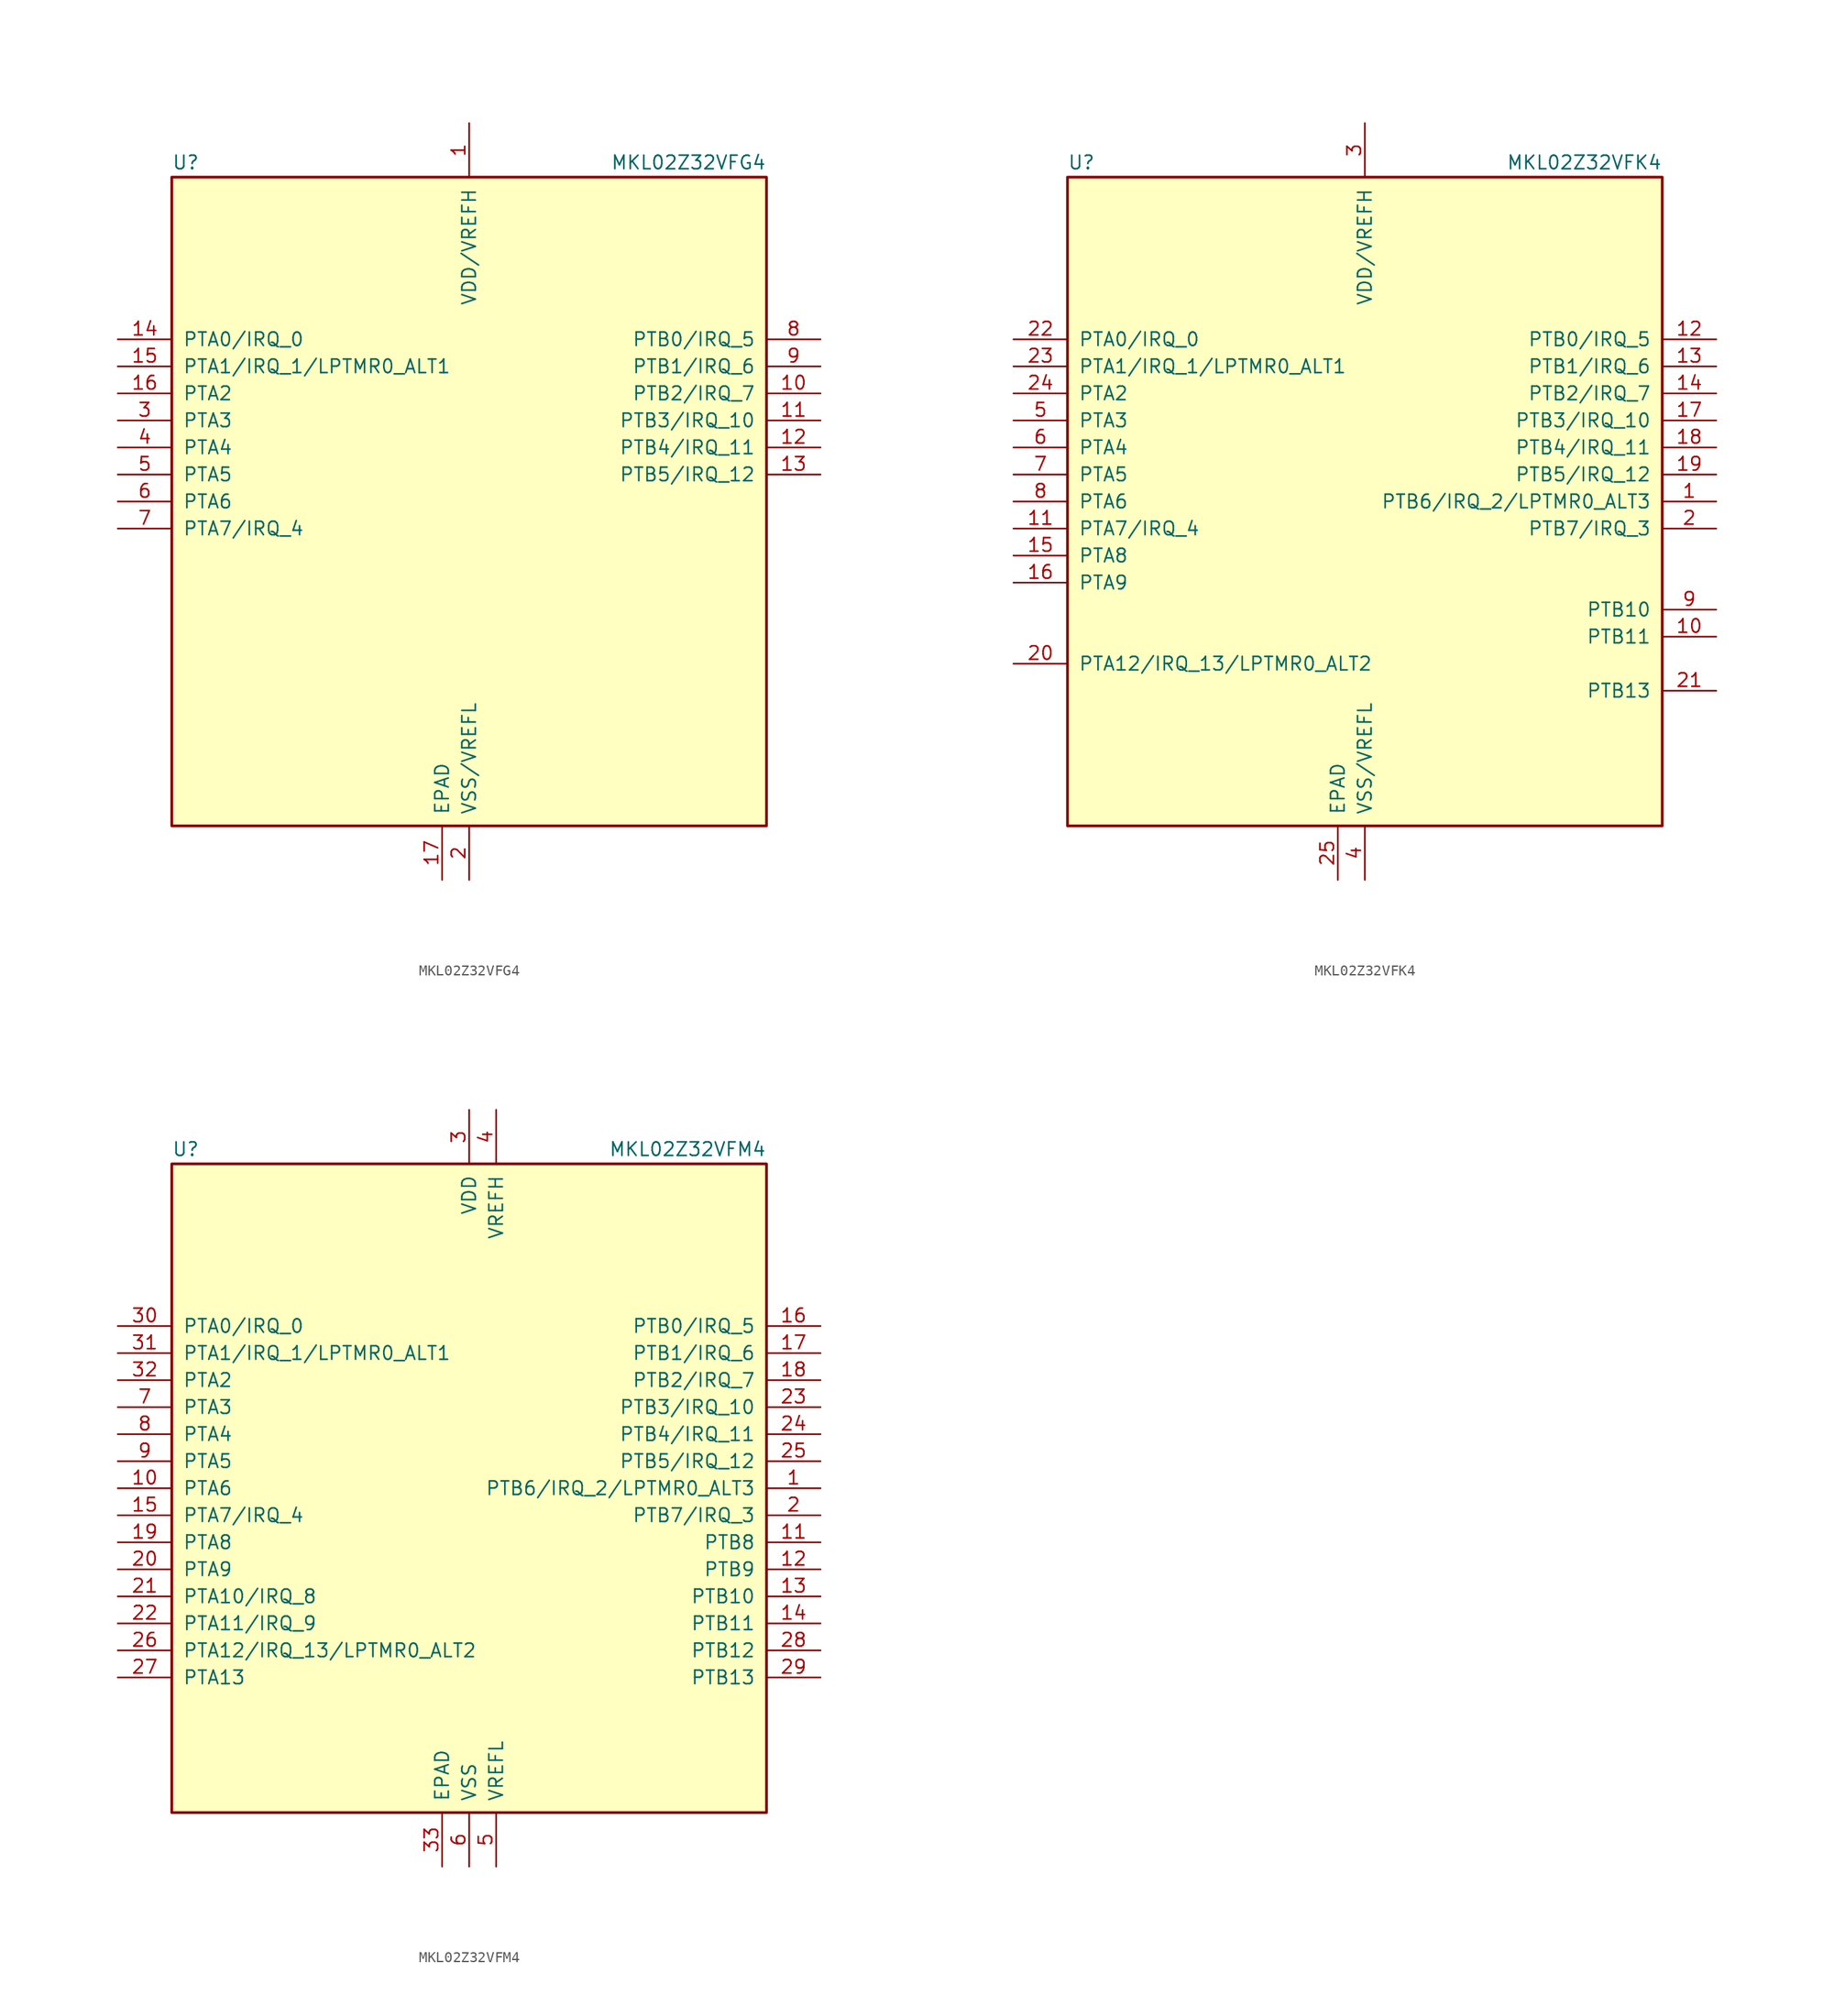
<source format=kicad_sym>
(kicad_symbol_lib
  (version 20211014)
  (generator kicad_symbol_editor)
  (symbol "MKL02Z32VFG4"
    (pin_names
      (offset 1.016))
    (property "Reference" "U"
      (at -27.94 31.115 0)
      (effects (font (size 1.27 1.27)) (justify left bottom)))
    (property "Value" "MKL02Z32VFG4"
      (at 27.94 31.115 0)
      (effects (font (size 1.27 1.27)) (justify right bottom)))
    (symbol "MKL02Z32VFG4_0_1"
      (rectangle (start -27.94 30.48) (end 27.94 -30.48) (stroke (width 0.254) (type default) (color 0 0 0 0)) (fill (type background))))
    (symbol "MKL02Z32VFG4_1_1"
      (pin power_in line (at 0 35.56 270) (length 5.08) (name "VDD/VREFH" (effects (font (size 1.27 1.27)))) (number "1" (effects (font (size 1.27 1.27)))))
      (pin bidirectional line (at 33.02 10.16 180) (length 5.08) (name "PTB2/IRQ_7" (effects (font (size 1.27 1.27)))) (number "10" (effects (font (size 1.27 1.27)))))
      (pin bidirectional line (at 33.02 7.62 180) (length 5.08) (name "PTB3/IRQ_10" (effects (font (size 1.27 1.27)))) (number "11" (effects (font (size 1.27 1.27)))))
      (pin bidirectional line (at 33.02 5.08 180) (length 5.08) (name "PTB4/IRQ_11" (effects (font (size 1.27 1.27)))) (number "12" (effects (font (size 1.27 1.27)))))
      (pin bidirectional line (at 33.02 2.54 180) (length 5.08) (name "PTB5/IRQ_12" (effects (font (size 1.27 1.27)))) (number "13" (effects (font (size 1.27 1.27)))))
      (pin bidirectional line (at -33.02 15.24 0) (length 5.08) (name "PTA0/IRQ_0" (effects (font (size 1.27 1.27)))) (number "14" (effects (font (size 1.27 1.27)))))
      (pin bidirectional line (at -33.02 12.7 0) (length 5.08) (name "PTA1/IRQ_1/LPTMR0_ALT1" (effects (font (size 1.27 1.27)))) (number "15" (effects (font (size 1.27 1.27)))))
      (pin bidirectional line (at -33.02 10.16 0) (length 5.08) (name "PTA2" (effects (font (size 1.27 1.27)))) (number "16" (effects (font (size 1.27 1.27)))))
      (pin power_in line (at -2.54 -35.56 90) (length 5.08) (name "EPAD" (effects (font (size 1.27 1.27)))) (number "17" (effects (font (size 1.27 1.27)))))
      (pin power_in line (at 0 -35.56 90) (length 5.08) (name "VSS/VREFL" (effects (font (size 1.27 1.27)))) (number "2" (effects (font (size 1.27 1.27)))))
      (pin bidirectional line (at -33.02 7.62 0) (length 5.08) (name "PTA3" (effects (font (size 1.27 1.27)))) (number "3" (effects (font (size 1.27 1.27)))))
      (pin bidirectional line (at -33.02 5.08 0) (length 5.08) (name "PTA4" (effects (font (size 1.27 1.27)))) (number "4" (effects (font (size 1.27 1.27)))))
      (pin bidirectional line (at -33.02 2.54 0) (length 5.08) (name "PTA5" (effects (font (size 1.27 1.27)))) (number "5" (effects (font (size 1.27 1.27)))))
      (pin bidirectional line (at -33.02 0 0) (length 5.08) (name "PTA6" (effects (font (size 1.27 1.27)))) (number "6" (effects (font (size 1.27 1.27)))))
      (pin bidirectional line (at -33.02 -2.54 0) (length 5.08) (name "PTA7/IRQ_4" (effects (font (size 1.27 1.27)))) (number "7" (effects (font (size 1.27 1.27)))))
      (pin bidirectional line (at 33.02 15.24 180) (length 5.08) (name "PTB0/IRQ_5" (effects (font (size 1.27 1.27)))) (number "8" (effects (font (size 1.27 1.27)))))
      (pin bidirectional line (at 33.02 12.7 180) (length 5.08) (name "PTB1/IRQ_6" (effects (font (size 1.27 1.27)))) (number "9" (effects (font (size 1.27 1.27)))))))
  (symbol "MKL02Z32VFK4"
    (pin_names
      (offset 1.016))
    (property "Reference" "U"
      (at -27.94 31.115 0)
      (effects (font (size 1.27 1.27)) (justify left bottom)))
    (property "Value" "MKL02Z32VFK4"
      (at 27.94 31.115 0)
      (effects (font (size 1.27 1.27)) (justify right bottom)))
    (symbol "MKL02Z32VFK4_0_1"
      (rectangle (start -27.94 30.48) (end 27.94 -30.48) (stroke (width 0.254) (type default) (color 0 0 0 0)) (fill (type background))))
    (symbol "MKL02Z32VFK4_1_1"
      (pin bidirectional line (at 33.02 0 180) (length 5.08) (name "PTB6/IRQ_2/LPTMR0_ALT3" (effects (font (size 1.27 1.27)))) (number "1" (effects (font (size 1.27 1.27)))))
      (pin bidirectional line (at 33.02 -12.7 180) (length 5.08) (name "PTB11" (effects (font (size 1.27 1.27)))) (number "10" (effects (font (size 1.27 1.27)))))
      (pin bidirectional line (at -33.02 -2.54 0) (length 5.08) (name "PTA7/IRQ_4" (effects (font (size 1.27 1.27)))) (number "11" (effects (font (size 1.27 1.27)))))
      (pin bidirectional line (at 33.02 15.24 180) (length 5.08) (name "PTB0/IRQ_5" (effects (font (size 1.27 1.27)))) (number "12" (effects (font (size 1.27 1.27)))))
      (pin bidirectional line (at 33.02 12.7 180) (length 5.08) (name "PTB1/IRQ_6" (effects (font (size 1.27 1.27)))) (number "13" (effects (font (size 1.27 1.27)))))
      (pin bidirectional line (at 33.02 10.16 180) (length 5.08) (name "PTB2/IRQ_7" (effects (font (size 1.27 1.27)))) (number "14" (effects (font (size 1.27 1.27)))))
      (pin bidirectional line (at -33.02 -5.08 0) (length 5.08) (name "PTA8" (effects (font (size 1.27 1.27)))) (number "15" (effects (font (size 1.27 1.27)))))
      (pin bidirectional line (at -33.02 -7.62 0) (length 5.08) (name "PTA9" (effects (font (size 1.27 1.27)))) (number "16" (effects (font (size 1.27 1.27)))))
      (pin bidirectional line (at 33.02 7.62 180) (length 5.08) (name "PTB3/IRQ_10" (effects (font (size 1.27 1.27)))) (number "17" (effects (font (size 1.27 1.27)))))
      (pin bidirectional line (at 33.02 5.08 180) (length 5.08) (name "PTB4/IRQ_11" (effects (font (size 1.27 1.27)))) (number "18" (effects (font (size 1.27 1.27)))))
      (pin bidirectional line (at 33.02 2.54 180) (length 5.08) (name "PTB5/IRQ_12" (effects (font (size 1.27 1.27)))) (number "19" (effects (font (size 1.27 1.27)))))
      (pin bidirectional line (at 33.02 -2.54 180) (length 5.08) (name "PTB7/IRQ_3" (effects (font (size 1.27 1.27)))) (number "2" (effects (font (size 1.27 1.27)))))
      (pin bidirectional line (at -33.02 -15.24 0) (length 5.08) (name "PTA12/IRQ_13/LPTMR0_ALT2" (effects (font (size 1.27 1.27)))) (number "20" (effects (font (size 1.27 1.27)))))
      (pin bidirectional line (at 33.02 -17.78 180) (length 5.08) (name "PTB13" (effects (font (size 1.27 1.27)))) (number "21" (effects (font (size 1.27 1.27)))))
      (pin bidirectional line (at -33.02 15.24 0) (length 5.08) (name "PTA0/IRQ_0" (effects (font (size 1.27 1.27)))) (number "22" (effects (font (size 1.27 1.27)))))
      (pin bidirectional line (at -33.02 12.7 0) (length 5.08) (name "PTA1/IRQ_1/LPTMR0_ALT1" (effects (font (size 1.27 1.27)))) (number "23" (effects (font (size 1.27 1.27)))))
      (pin bidirectional line (at -33.02 10.16 0) (length 5.08) (name "PTA2" (effects (font (size 1.27 1.27)))) (number "24" (effects (font (size 1.27 1.27)))))
      (pin power_in line (at -2.54 -35.56 90) (length 5.08) (name "EPAD" (effects (font (size 1.27 1.27)))) (number "25" (effects (font (size 1.27 1.27)))))
      (pin power_in line (at 0 35.56 270) (length 5.08) (name "VDD/VREFH" (effects (font (size 1.27 1.27)))) (number "3" (effects (font (size 1.27 1.27)))))
      (pin power_in line (at 0 -35.56 90) (length 5.08) (name "VSS/VREFL" (effects (font (size 1.27 1.27)))) (number "4" (effects (font (size 1.27 1.27)))))
      (pin bidirectional line (at -33.02 7.62 0) (length 5.08) (name "PTA3" (effects (font (size 1.27 1.27)))) (number "5" (effects (font (size 1.27 1.27)))))
      (pin bidirectional line (at -33.02 5.08 0) (length 5.08) (name "PTA4" (effects (font (size 1.27 1.27)))) (number "6" (effects (font (size 1.27 1.27)))))
      (pin bidirectional line (at -33.02 2.54 0) (length 5.08) (name "PTA5" (effects (font (size 1.27 1.27)))) (number "7" (effects (font (size 1.27 1.27)))))
      (pin bidirectional line (at -33.02 0 0) (length 5.08) (name "PTA6" (effects (font (size 1.27 1.27)))) (number "8" (effects (font (size 1.27 1.27)))))
      (pin bidirectional line (at 33.02 -10.16 180) (length 5.08) (name "PTB10" (effects (font (size 1.27 1.27)))) (number "9" (effects (font (size 1.27 1.27)))))))
  (symbol "MKL02Z32VFM4"
    (pin_names
      (offset 1.016))
    (property "Reference" "U"
      (at -27.94 31.115 0)
      (effects (font (size 1.27 1.27)) (justify left bottom)))
    (property "Value" "MKL02Z32VFM4"
      (at 27.94 31.115 0)
      (effects (font (size 1.27 1.27)) (justify right bottom)))
    (symbol "MKL02Z32VFM4_0_1"
      (rectangle (start -27.94 30.48) (end 27.94 -30.48) (stroke (width 0.254) (type default) (color 0 0 0 0)) (fill (type background))))
    (symbol "MKL02Z32VFM4_1_1"
      (pin bidirectional line (at 33.02 0 180) (length 5.08) (name "PTB6/IRQ_2/LPTMR0_ALT3" (effects (font (size 1.27 1.27)))) (number "1" (effects (font (size 1.27 1.27)))))
      (pin bidirectional line (at -33.02 0 0) (length 5.08) (name "PTA6" (effects (font (size 1.27 1.27)))) (number "10" (effects (font (size 1.27 1.27)))))
      (pin bidirectional line (at 33.02 -5.08 180) (length 5.08) (name "PTB8" (effects (font (size 1.27 1.27)))) (number "11" (effects (font (size 1.27 1.27)))))
      (pin bidirectional line (at 33.02 -7.62 180) (length 5.08) (name "PTB9" (effects (font (size 1.27 1.27)))) (number "12" (effects (font (size 1.27 1.27)))))
      (pin bidirectional line (at 33.02 -10.16 180) (length 5.08) (name "PTB10" (effects (font (size 1.27 1.27)))) (number "13" (effects (font (size 1.27 1.27)))))
      (pin bidirectional line (at 33.02 -12.7 180) (length 5.08) (name "PTB11" (effects (font (size 1.27 1.27)))) (number "14" (effects (font (size 1.27 1.27)))))
      (pin bidirectional line (at -33.02 -2.54 0) (length 5.08) (name "PTA7/IRQ_4" (effects (font (size 1.27 1.27)))) (number "15" (effects (font (size 1.27 1.27)))))
      (pin bidirectional line (at 33.02 15.24 180) (length 5.08) (name "PTB0/IRQ_5" (effects (font (size 1.27 1.27)))) (number "16" (effects (font (size 1.27 1.27)))))
      (pin bidirectional line (at 33.02 12.7 180) (length 5.08) (name "PTB1/IRQ_6" (effects (font (size 1.27 1.27)))) (number "17" (effects (font (size 1.27 1.27)))))
      (pin bidirectional line (at 33.02 10.16 180) (length 5.08) (name "PTB2/IRQ_7" (effects (font (size 1.27 1.27)))) (number "18" (effects (font (size 1.27 1.27)))))
      (pin bidirectional line (at -33.02 -5.08 0) (length 5.08) (name "PTA8" (effects (font (size 1.27 1.27)))) (number "19" (effects (font (size 1.27 1.27)))))
      (pin bidirectional line (at 33.02 -2.54 180) (length 5.08) (name "PTB7/IRQ_3" (effects (font (size 1.27 1.27)))) (number "2" (effects (font (size 1.27 1.27)))))
      (pin bidirectional line (at -33.02 -7.62 0) (length 5.08) (name "PTA9" (effects (font (size 1.27 1.27)))) (number "20" (effects (font (size 1.27 1.27)))))
      (pin bidirectional line (at -33.02 -10.16 0) (length 5.08) (name "PTA10/IRQ_8" (effects (font (size 1.27 1.27)))) (number "21" (effects (font (size 1.27 1.27)))))
      (pin bidirectional line (at -33.02 -12.7 0) (length 5.08) (name "PTA11/IRQ_9" (effects (font (size 1.27 1.27)))) (number "22" (effects (font (size 1.27 1.27)))))
      (pin bidirectional line (at 33.02 7.62 180) (length 5.08) (name "PTB3/IRQ_10" (effects (font (size 1.27 1.27)))) (number "23" (effects (font (size 1.27 1.27)))))
      (pin bidirectional line (at 33.02 5.08 180) (length 5.08) (name "PTB4/IRQ_11" (effects (font (size 1.27 1.27)))) (number "24" (effects (font (size 1.27 1.27)))))
      (pin bidirectional line (at 33.02 2.54 180) (length 5.08) (name "PTB5/IRQ_12" (effects (font (size 1.27 1.27)))) (number "25" (effects (font (size 1.27 1.27)))))
      (pin bidirectional line (at -33.02 -15.24 0) (length 5.08) (name "PTA12/IRQ_13/LPTMR0_ALT2" (effects (font (size 1.27 1.27)))) (number "26" (effects (font (size 1.27 1.27)))))
      (pin bidirectional line (at -33.02 -17.78 0) (length 5.08) (name "PTA13" (effects (font (size 1.27 1.27)))) (number "27" (effects (font (size 1.27 1.27)))))
      (pin bidirectional line (at 33.02 -15.24 180) (length 5.08) (name "PTB12" (effects (font (size 1.27 1.27)))) (number "28" (effects (font (size 1.27 1.27)))))
      (pin bidirectional line (at 33.02 -17.78 180) (length 5.08) (name "PTB13" (effects (font (size 1.27 1.27)))) (number "29" (effects (font (size 1.27 1.27)))))
      (pin power_in line (at 0 35.56 270) (length 5.08) (name "VDD" (effects (font (size 1.27 1.27)))) (number "3" (effects (font (size 1.27 1.27)))))
      (pin bidirectional line (at -33.02 15.24 0) (length 5.08) (name "PTA0/IRQ_0" (effects (font (size 1.27 1.27)))) (number "30" (effects (font (size 1.27 1.27)))))
      (pin bidirectional line (at -33.02 12.7 0) (length 5.08) (name "PTA1/IRQ_1/LPTMR0_ALT1" (effects (font (size 1.27 1.27)))) (number "31" (effects (font (size 1.27 1.27)))))
      (pin bidirectional line (at -33.02 10.16 0) (length 5.08) (name "PTA2" (effects (font (size 1.27 1.27)))) (number "32" (effects (font (size 1.27 1.27)))))
      (pin power_in line (at -2.54 -35.56 90) (length 5.08) (name "EPAD" (effects (font (size 1.27 1.27)))) (number "33" (effects (font (size 1.27 1.27)))))
      (pin power_in line (at 2.54 35.56 270) (length 5.08) (name "VREFH" (effects (font (size 1.27 1.27)))) (number "4" (effects (font (size 1.27 1.27)))))
      (pin power_in line (at 2.54 -35.56 90) (length 5.08) (name "VREFL" (effects (font (size 1.27 1.27)))) (number "5" (effects (font (size 1.27 1.27)))))
      (pin power_in line (at 0 -35.56 90) (length 5.08) (name "VSS" (effects (font (size 1.27 1.27)))) (number "6" (effects (font (size 1.27 1.27)))))
      (pin bidirectional line (at -33.02 7.62 0) (length 5.08) (name "PTA3" (effects (font (size 1.27 1.27)))) (number "7" (effects (font (size 1.27 1.27)))))
      (pin bidirectional line (at -33.02 5.08 0) (length 5.08) (name "PTA4" (effects (font (size 1.27 1.27)))) (number "8" (effects (font (size 1.27 1.27)))))
      (pin bidirectional line (at -33.02 2.54 0) (length 5.08) (name "PTA5" (effects (font (size 1.27 1.27)))) (number "9" (effects (font (size 1.27 1.27))))))))
</source>
